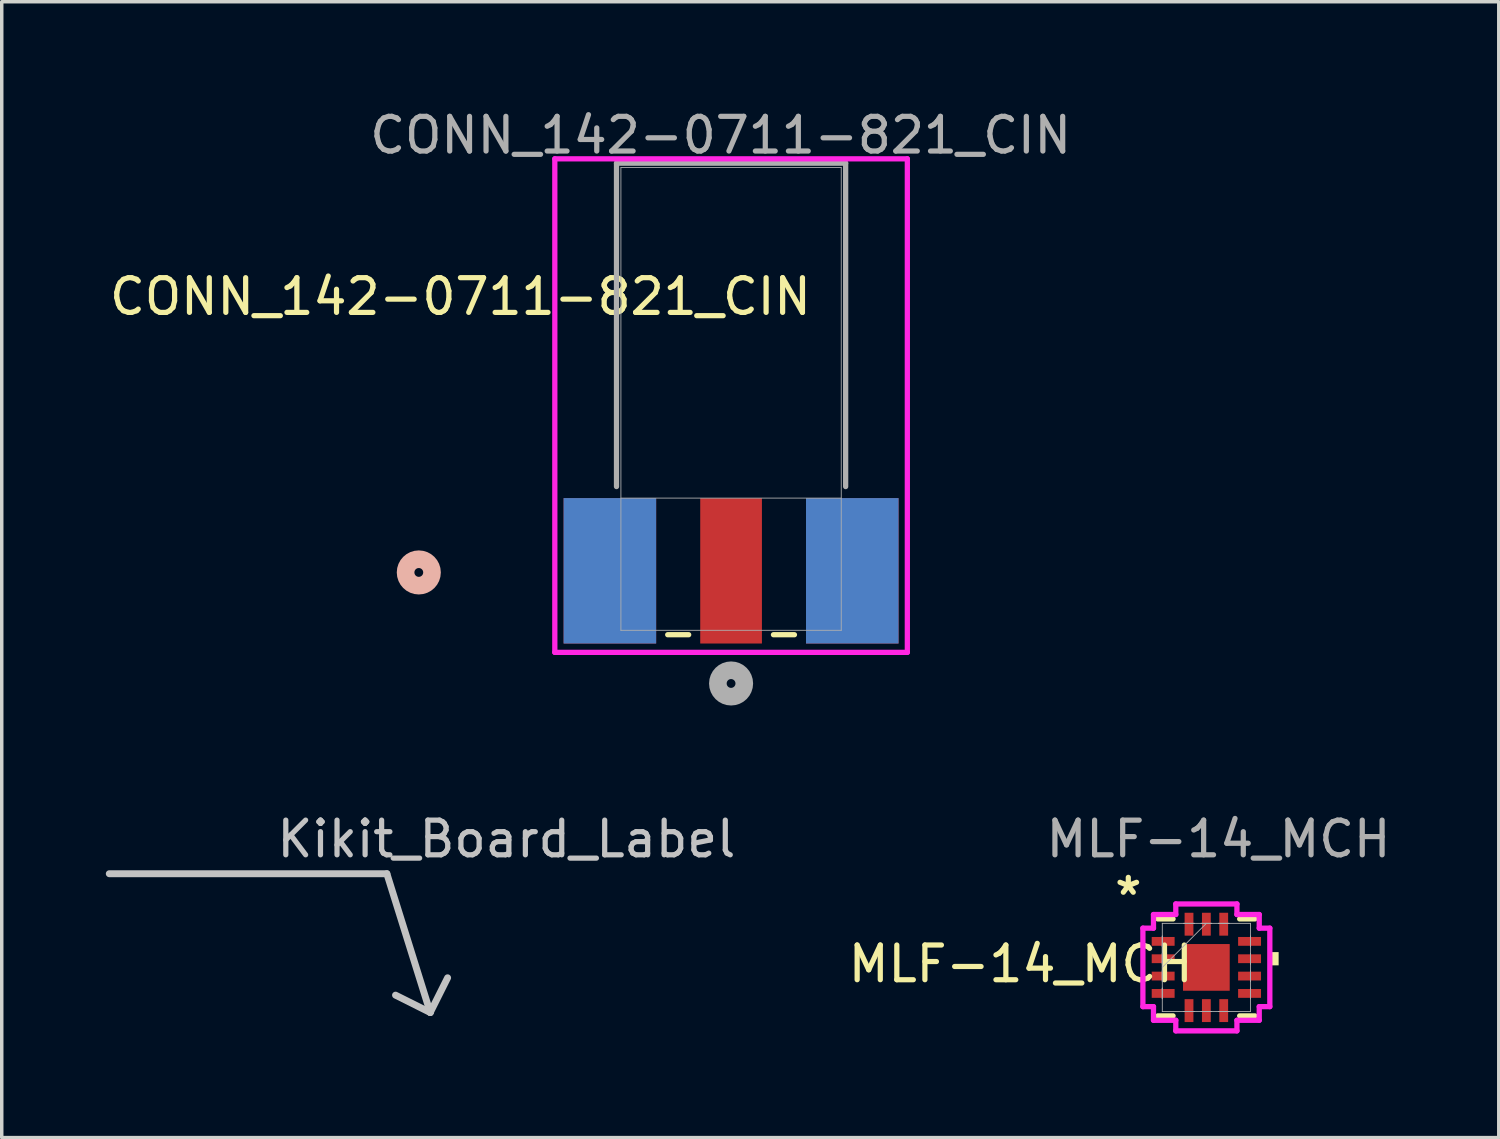
<source format=kicad_pcb>
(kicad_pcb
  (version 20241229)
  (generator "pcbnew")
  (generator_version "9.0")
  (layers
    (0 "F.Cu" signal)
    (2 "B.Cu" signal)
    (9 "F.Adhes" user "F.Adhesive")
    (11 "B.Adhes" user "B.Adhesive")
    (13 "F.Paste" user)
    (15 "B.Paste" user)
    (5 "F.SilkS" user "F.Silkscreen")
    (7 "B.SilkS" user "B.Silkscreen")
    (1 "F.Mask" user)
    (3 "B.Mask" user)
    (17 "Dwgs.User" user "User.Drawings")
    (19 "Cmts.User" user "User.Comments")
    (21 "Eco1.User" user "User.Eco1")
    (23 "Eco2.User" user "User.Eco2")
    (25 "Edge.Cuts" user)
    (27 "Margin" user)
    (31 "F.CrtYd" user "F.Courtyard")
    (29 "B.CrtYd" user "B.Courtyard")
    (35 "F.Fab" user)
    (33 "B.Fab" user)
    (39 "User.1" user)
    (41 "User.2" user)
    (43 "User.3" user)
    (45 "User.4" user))
  (footprint "MLF-14_MCH"
    (layer "F.Cu")
    (at 31.718 24.831)
    (property "Reference" "MLF-14_MCH" (at -5.35 -0.1 0) (unlocked yes) (layer "F.SilkS") (effects (font (size 1 1) (thickness 0.15))))
    (attr smd)
    (fp_line (start -1.397 1.397) (end -0.96 1.397) (stroke (width 0.152) (type solid)) (layer "F.SilkS"))
    (fp_line (start -0.96 -1.397) (end -1.397 -1.397) (stroke (width 0.152) (type solid)) (layer "F.SilkS"))
    (fp_line (start 0.96 1.397) (end 1.397 1.397) (stroke (width 0.152) (type solid)) (layer "F.SilkS"))
    (fp_line (start 1.397 -1.397) (end 0.96 -1.397) (stroke (width 0.152) (type solid)) (layer "F.SilkS"))
    (fp_poly (pts (xy 2.083 -0.441) (xy 2.083 -0.059) (xy 1.829 -0.059) (xy 1.829 -0.441)) (stroke (width 0) (type solid)) (fill yes) (layer "F.SilkS"))
    (fp_line (start -1.829 -1.131) (end -1.524 -1.131) (stroke (width 0.152) (type solid)) (layer "F.CrtYd"))
    (fp_line (start -1.829 1.131) (end -1.829 -1.131) (stroke (width 0.152) (type solid)) (layer "F.CrtYd"))
    (fp_line (start -1.524 -1.524) (end -0.881 -1.524) (stroke (width 0.152) (type solid)) (layer "F.CrtYd"))
    (fp_line (start -1.524 -1.131) (end -1.524 -1.524) (stroke (width 0.152) (type solid)) (layer "F.CrtYd"))
    (fp_line (start -1.524 1.131) (end -1.829 1.131) (stroke (width 0.152) (type solid)) (layer "F.CrtYd"))
    (fp_line (start -1.524 1.524) (end -1.524 1.131) (stroke (width 0.152) (type solid)) (layer "F.CrtYd"))
    (fp_line (start -0.881 -1.829) (end 0.881 -1.829) (stroke (width 0.152) (type solid)) (layer "F.CrtYd"))
    (fp_line (start -0.881 -1.524) (end -0.881 -1.829) (stroke (width 0.152) (type solid)) (layer "F.CrtYd"))
    (fp_line (start -0.881 1.524) (end -1.524 1.524) (stroke (width 0.152) (type solid)) (layer "F.CrtYd"))
    (fp_line (start -0.881 1.829) (end -0.881 1.524) (stroke (width 0.152) (type solid)) (layer "F.CrtYd"))
    (fp_line (start 0.881 -1.829) (end 0.881 -1.524) (stroke (width 0.152) (type solid)) (layer "F.CrtYd"))
    (fp_line (start 0.881 -1.524) (end 1.524 -1.524) (stroke (width 0.152) (type solid)) (layer "F.CrtYd"))
    (fp_line (start 0.881 1.524) (end 0.881 1.829) (stroke (width 0.152) (type solid)) (layer "F.CrtYd"))
    (fp_line (start 0.881 1.829) (end -0.881 1.829) (stroke (width 0.152) (type solid)) (layer "F.CrtYd"))
    (fp_line (start 1.524 -1.524) (end 1.524 -1.131) (stroke (width 0.152) (type solid)) (layer "F.CrtYd"))
    (fp_line (start 1.524 -1.131) (end 1.829 -1.131) (stroke (width 0.152) (type solid)) (layer "F.CrtYd"))
    (fp_line (start 1.524 1.131) (end 1.524 1.524) (stroke (width 0.152) (type solid)) (layer "F.CrtYd"))
    (fp_line (start 1.524 1.524) (end 0.881 1.524) (stroke (width 0.152) (type solid)) (layer "F.CrtYd"))
    (fp_line (start 1.829 -1.131) (end 1.829 1.131) (stroke (width 0.152) (type solid)) (layer "F.CrtYd"))
    (fp_line (start 1.829 1.131) (end 1.524 1.131) (stroke (width 0.152) (type solid)) (layer "F.CrtYd"))
    (fp_line (start -1.27 -1.27) (end -1.27 -1.27) (stroke (width 0.025) (type solid)) (layer "F.Fab"))
    (fp_line (start -1.27 -1.27) (end -1.27 1.27) (stroke (width 0.025) (type solid)) (layer "F.Fab"))
    (fp_line (start -1.27 -0.902) (end -1.27 -0.902) (stroke (width 0.025) (type solid)) (layer "F.Fab"))
    (fp_line (start -1.27 -0.902) (end -1.27 -0.598) (stroke (width 0.025) (type solid)) (layer "F.Fab"))
    (fp_line (start -1.27 -0.598) (end -1.27 -0.902) (stroke (width 0.025) (type solid)) (layer "F.Fab"))
    (fp_line (start -1.27 -0.598) (end -1.27 -0.598) (stroke (width 0.025) (type solid)) (layer "F.Fab"))
    (fp_line (start -1.27 -0.402) (end -1.27 -0.402) (stroke (width 0.025) (type solid)) (layer "F.Fab"))
    (fp_line (start -1.27 -0.402) (end -1.27 -0.098) (stroke (width 0.025) (type solid)) (layer "F.Fab"))
    (fp_line (start -1.27 -0.098) (end -1.27 -0.402) (stroke (width 0.025) (type solid)) (layer "F.Fab"))
    (fp_line (start -1.27 -0.098) (end -1.27 -0.098) (stroke (width 0.025) (type solid)) (layer "F.Fab"))
    (fp_line (start -1.27 0) (end 0 -1.27) (stroke (width 0.025) (type solid)) (layer "F.Fab"))
    (fp_line (start -1.27 0.098) (end -1.27 0.098) (stroke (width 0.025) (type solid)) (layer "F.Fab"))
    (fp_line (start -1.27 0.098) (end -1.27 0.402) (stroke (width 0.025) (type solid)) (layer "F.Fab"))
    (fp_line (start -1.27 0.402) (end -1.27 0.098) (stroke (width 0.025) (type solid)) (layer "F.Fab"))
    (fp_line (start -1.27 0.402) (end -1.27 0.402) (stroke (width 0.025) (type solid)) (layer "F.Fab"))
    (fp_line (start -1.27 0.598) (end -1.27 0.598) (stroke (width 0.025) (type solid)) (layer "F.Fab"))
    (fp_line (start -1.27 0.598) (end -1.27 0.902) (stroke (width 0.025) (type solid)) (layer "F.Fab"))
    (fp_line (start -1.27 0.902) (end -1.27 0.598) (stroke (width 0.025) (type solid)) (layer "F.Fab"))
    (fp_line (start -1.27 0.902) (end -1.27 0.902) (stroke (width 0.025) (type solid)) (layer "F.Fab"))
    (fp_line (start -1.27 1.27) (end -1.27 1.27) (stroke (width 0.025) (type solid)) (layer "F.Fab"))
    (fp_line (start -1.27 1.27) (end 1.27 1.27) (stroke (width 0.025) (type solid)) (layer "F.Fab"))
    (fp_line (start -0.652 -1.27) (end -0.652 -1.27) (stroke (width 0.025) (type solid)) (layer "F.Fab"))
    (fp_line (start -0.652 -1.27) (end -0.348 -1.27) (stroke (width 0.025) (type solid)) (layer "F.Fab"))
    (fp_line (start -0.652 1.27) (end -0.652 1.27) (stroke (width 0.025) (type solid)) (layer "F.Fab"))
    (fp_line (start -0.652 1.27) (end -0.348 1.27) (stroke (width 0.025) (type solid)) (layer "F.Fab"))
    (fp_line (start -0.348 -1.27) (end -0.652 -1.27) (stroke (width 0.025) (type solid)) (layer "F.Fab"))
    (fp_line (start -0.348 -1.27) (end -0.348 -1.27) (stroke (width 0.025) (type solid)) (layer "F.Fab"))
    (fp_line (start -0.348 1.27) (end -0.652 1.27) (stroke (width 0.025) (type solid)) (layer "F.Fab"))
    (fp_line (start -0.348 1.27) (end -0.348 1.27) (stroke (width 0.025) (type solid)) (layer "F.Fab"))
    (fp_line (start -0.152 -1.27) (end -0.152 -1.27) (stroke (width 0.025) (type solid)) (layer "F.Fab"))
    (fp_line (start -0.152 -1.27) (end 0.152 -1.27) (stroke (width 0.025) (type solid)) (layer "F.Fab"))
    (fp_line (start -0.152 1.27) (end -0.152 1.27) (stroke (width 0.025) (type solid)) (layer "F.Fab"))
    (fp_line (start -0.152 1.27) (end 0.152 1.27) (stroke (width 0.025) (type solid)) (layer "F.Fab"))
    (fp_line (start 0.152 -1.27) (end -0.152 -1.27) (stroke (width 0.025) (type solid)) (layer "F.Fab"))
    (fp_line (start 0.152 -1.27) (end 0.152 -1.27) (stroke (width 0.025) (type solid)) (layer "F.Fab"))
    (fp_line (start 0.152 1.27) (end -0.152 1.27) (stroke (width 0.025) (type solid)) (layer "F.Fab"))
    (fp_line (start 0.152 1.27) (end 0.152 1.27) (stroke (width 0.025) (type solid)) (layer "F.Fab"))
    (fp_line (start 0.348 -1.27) (end 0.348 -1.27) (stroke (width 0.025) (type solid)) (layer "F.Fab"))
    (fp_line (start 0.348 -1.27) (end 0.652 -1.27) (stroke (width 0.025) (type solid)) (layer "F.Fab"))
    (fp_line (start 0.348 1.27) (end 0.348 1.27) (stroke (width 0.025) (type solid)) (layer "F.Fab"))
    (fp_line (start 0.348 1.27) (end 0.652 1.27) (stroke (width 0.025) (type solid)) (layer "F.Fab"))
    (fp_line (start 0.652 -1.27) (end 0.348 -1.27) (stroke (width 0.025) (type solid)) (layer "F.Fab"))
    (fp_line (start 0.652 -1.27) (end 0.652 -1.27) (stroke (width 0.025) (type solid)) (layer "F.Fab"))
    (fp_line (start 0.652 1.27) (end 0.348 1.27) (stroke (width 0.025) (type solid)) (layer "F.Fab"))
    (fp_line (start 0.652 1.27) (end 0.652 1.27) (stroke (width 0.025) (type solid)) (layer "F.Fab"))
    (fp_line (start 1.27 -1.27) (end -1.27 -1.27) (stroke (width 0.025) (type solid)) (layer "F.Fab"))
    (fp_line (start 1.27 -1.27) (end 1.27 -1.27) (stroke (width 0.025) (type solid)) (layer "F.Fab"))
    (fp_line (start 1.27 -0.902) (end 1.27 -0.902) (stroke (width 0.025) (type solid)) (layer "F.Fab"))
    (fp_line (start 1.27 -0.902) (end 1.27 -0.598) (stroke (width 0.025) (type solid)) (layer "F.Fab"))
    (fp_line (start 1.27 -0.598) (end 1.27 -0.902) (stroke (width 0.025) (type solid)) (layer "F.Fab"))
    (fp_line (start 1.27 -0.598) (end 1.27 -0.598) (stroke (width 0.025) (type solid)) (layer "F.Fab"))
    (fp_line (start 1.27 -0.402) (end 1.27 -0.402) (stroke (width 0.025) (type solid)) (layer "F.Fab"))
    (fp_line (start 1.27 -0.402) (end 1.27 -0.098) (stroke (width 0.025) (type solid)) (layer "F.Fab"))
    (fp_line (start 1.27 -0.098) (end 1.27 -0.402) (stroke (width 0.025) (type solid)) (layer "F.Fab"))
    (fp_line (start 1.27 -0.098) (end 1.27 -0.098) (stroke (width 0.025) (type solid)) (layer "F.Fab"))
    (fp_line (start 1.27 0.098) (end 1.27 0.098) (stroke (width 0.025) (type solid)) (layer "F.Fab"))
    (fp_line (start 1.27 0.098) (end 1.27 0.402) (stroke (width 0.025) (type solid)) (layer "F.Fab"))
    (fp_line (start 1.27 0.402) (end 1.27 0.098) (stroke (width 0.025) (type solid)) (layer "F.Fab"))
    (fp_line (start 1.27 0.402) (end 1.27 0.402) (stroke (width 0.025) (type solid)) (layer "F.Fab"))
    (fp_line (start 1.27 0.598) (end 1.27 0.598) (stroke (width 0.025) (type solid)) (layer "F.Fab"))
    (fp_line (start 1.27 0.598) (end 1.27 0.902) (stroke (width 0.025) (type solid)) (layer "F.Fab"))
    (fp_line (start 1.27 0.902) (end 1.27 0.598) (stroke (width 0.025) (type solid)) (layer "F.Fab"))
    (fp_line (start 1.27 0.902) (end 1.27 0.902) (stroke (width 0.025) (type solid)) (layer "F.Fab"))
    (fp_line (start 1.27 1.27) (end 1.27 -1.27) (stroke (width 0.025) (type solid)) (layer "F.Fab"))
    (fp_line (start 1.27 1.27) (end 1.27 1.27) (stroke (width 0.025) (type solid)) (layer "F.Fab"))
    (fp_text user "*" (at -2.25 -2.05 0) (unlocked yes) (layer "F.SilkS") (effects (font (size 1 1) (thickness 0.15))))
    (fp_text user "${REFERENCE}" (at 0.35 -3.7 0) (unlocked yes) (layer "F.Fab") (effects (font (size 1 1) (thickness 0.15))))
    (pad "1" smd rect (at -1.245 -0.75 90) (size 0.254 0.66) (layers "F.Cu" "F.Mask" "F.Paste"))
    (pad "2" smd rect (at -1.245 -0.25 90) (size 0.254 0.66) (layers "F.Cu" "F.Mask" "F.Paste"))
    (pad "3" smd rect (at -1.245 0.25 90) (size 0.254 0.66) (layers "F.Cu" "F.Mask" "F.Paste"))
    (pad "4" smd rect (at -1.245 0.75 90) (size 0.254 0.66) (layers "F.Cu" "F.Mask" "F.Paste"))
    (pad "5" smd rect (at -0.5 1.245) (size 0.254 0.66) (layers "F.Cu" "F.Mask" "F.Paste"))
    (pad "6" smd rect (at 0 1.245) (size 0.254 0.66) (layers "F.Cu" "F.Mask" "F.Paste"))
    (pad "7" smd rect (at 0.5 1.245) (size 0.254 0.66) (layers "F.Cu" "F.Mask" "F.Paste"))
    (pad "8" smd rect (at 1.245 0.75 90) (size 0.254 0.66) (layers "F.Cu" "F.Mask" "F.Paste"))
    (pad "9" smd rect (at 1.245 0.25 90) (size 0.254 0.66) (layers "F.Cu" "F.Mask" "F.Paste"))
    (pad "10" smd rect (at 1.245 -0.25 90) (size 0.254 0.66) (layers "F.Cu" "F.Mask" "F.Paste"))
    (pad "11" smd rect (at 1.245 -0.75 90) (size 0.254 0.66) (layers "F.Cu" "F.Mask" "F.Paste"))
    (pad "12" smd rect (at 0.5 -1.245) (size 0.254 0.66) (layers "F.Cu" "F.Mask" "F.Paste"))
    (pad "13" smd rect (at 0 -1.245) (size 0.254 0.66) (layers "F.Cu" "F.Mask" "F.Paste"))
    (pad "14" smd rect (at -0.5 -1.245) (size 0.254 0.66) (layers "F.Cu" "F.Mask" "F.Paste"))
    (pad "15" smd rect (at 0 0) (size 1.346 1.346) (layers "F.Cu" "F.Mask" "F.Paste")))
  (footprint "Kikit_Board_Label"
    (layer "F.Cu")
    (at 9.35 26.131)
    (property "Reference" "Kikit_Board_Label" (at -4.5 -5 0) (layer "Dwgs.User") (effects (font (size 1 1) (thickness 0.15)) (justify left)))
    (attr board_only exclude_from_pos_files exclude_from_bom allow_missing_courtyard)
    (fp_line (start -1.25 -4) (end -9.25 -4) (stroke (width 0.2) (type solid)) (layer "Dwgs.User"))
    (fp_line (start 0 0) (end -1.25 -4) (stroke (width 0.2) (type solid)) (layer "Dwgs.User"))
    (fp_line (start 0 0) (end -1 -0.5) (stroke (width 0.2) (type solid)) (layer "Dwgs.User"))
    (fp_line (start 0 0) (end 0.5 -1) (stroke (width 0.2) (type solid)) (layer "Dwgs.User")))
  (footprint "CONN_142-0711-821_CIN"
    (layer "F.Cu")
    (at 18.02 8.448)
    (property "Reference" "CONN_142-0711-821_CIN" (at -7.8 -2.95 0) (unlocked yes) (layer "F.SilkS") (effects (font (size 1 1) (thickness 0.15))))
    (attr smd)
    (fp_line (start -1.826 6.795) (end -1.222 6.795) (stroke (width 0.152) (type solid)) (layer "F.SilkS"))
    (fp_line (start 1.222 6.795) (end 1.826 6.795) (stroke (width 0.152) (type solid)) (layer "F.SilkS"))
    (fp_circle (center -9 5) (end -8.619 5) (stroke (width 0.508) (type solid)) (fill no) (layer "B.SilkS"))
    (fp_line (start -5.08 -6.921) (end -5.08 7.303) (stroke (width 0.152) (type solid)) (layer "F.CrtYd"))
    (fp_line (start -5.08 7.303) (end 5.08 7.303) (stroke (width 0.152) (type solid)) (layer "F.CrtYd"))
    (fp_line (start 5.08 -6.921) (end -5.08 -6.921) (stroke (width 0.152) (type solid)) (layer "F.CrtYd"))
    (fp_line (start 5.08 7.303) (end 5.08 -6.921) (stroke (width 0.152) (type solid)) (layer "F.CrtYd"))
    (fp_line (start -3.302 -6.795) (end -3.302 2.525) (stroke (width 0.152) (type solid)) (layer "F.Fab"))
    (fp_line (start -3.175 -6.668) (end -3.175 6.668) (stroke (width 0.025) (type solid)) (layer "F.Fab"))
    (fp_line (start -3.175 6.668) (end 3.175 6.668) (stroke (width 0.025) (type solid)) (layer "F.Fab"))
    (fp_line (start 3.175 -6.668) (end -3.175 -6.668) (stroke (width 0.025) (type solid)) (layer "F.Fab"))
    (fp_line (start 3.175 2.857) (end -3.175 2.857) (stroke (width 0.025) (type solid)) (layer "F.Fab"))
    (fp_line (start 3.175 6.668) (end 3.175 -6.668) (stroke (width 0.025) (type solid)) (layer "F.Fab"))
    (fp_line (start 3.302 -6.795) (end -3.302 -6.795) (stroke (width 0.152) (type solid)) (layer "F.Fab"))
    (fp_line (start 3.302 2.525) (end 3.302 -6.795) (stroke (width 0.152) (type solid)) (layer "F.Fab"))
    (fp_circle (center 0 8.2) (end 0.381 8.2) (stroke (width 0.508) (type solid)) (fill no) (layer "F.Fab"))
    (fp_text user "${REFERENCE}" (at -0.3 -7.6 0) (unlocked yes) (layer "F.Fab") (effects (font (size 1 1) (thickness 0.15))))
    (pad "1" smd rect (at 0 4.953) (size 1.778 4.191) (layers "F.Cu" "F.Mask" "F.Paste"))
    (pad "3" smd rect (at -3.493 4.953) (size 2.667 4.191) (layers "F.Cu" "F.Mask" "F.Paste"))
    (pad "4" smd rect (at -3.493 4.953) (size 2.667 4.191) (layers "B.Cu" "B.Mask" "B.Paste"))
    (pad "5" smd rect (at 3.493 4.953) (size 2.667 4.191) (layers "F.Cu" "F.Mask" "F.Paste"))
    (pad "6" smd rect (at 3.493 4.953) (size 2.667 4.191) (layers "B.Cu" "B.Mask" "B.Paste")))
  (gr_rect
    (start -3 -3)
    (end 40.145 29.736)
    (stroke (width 0.1) (type default))
    (fill no)
    (layer "Edge.Cuts")))
</source>
